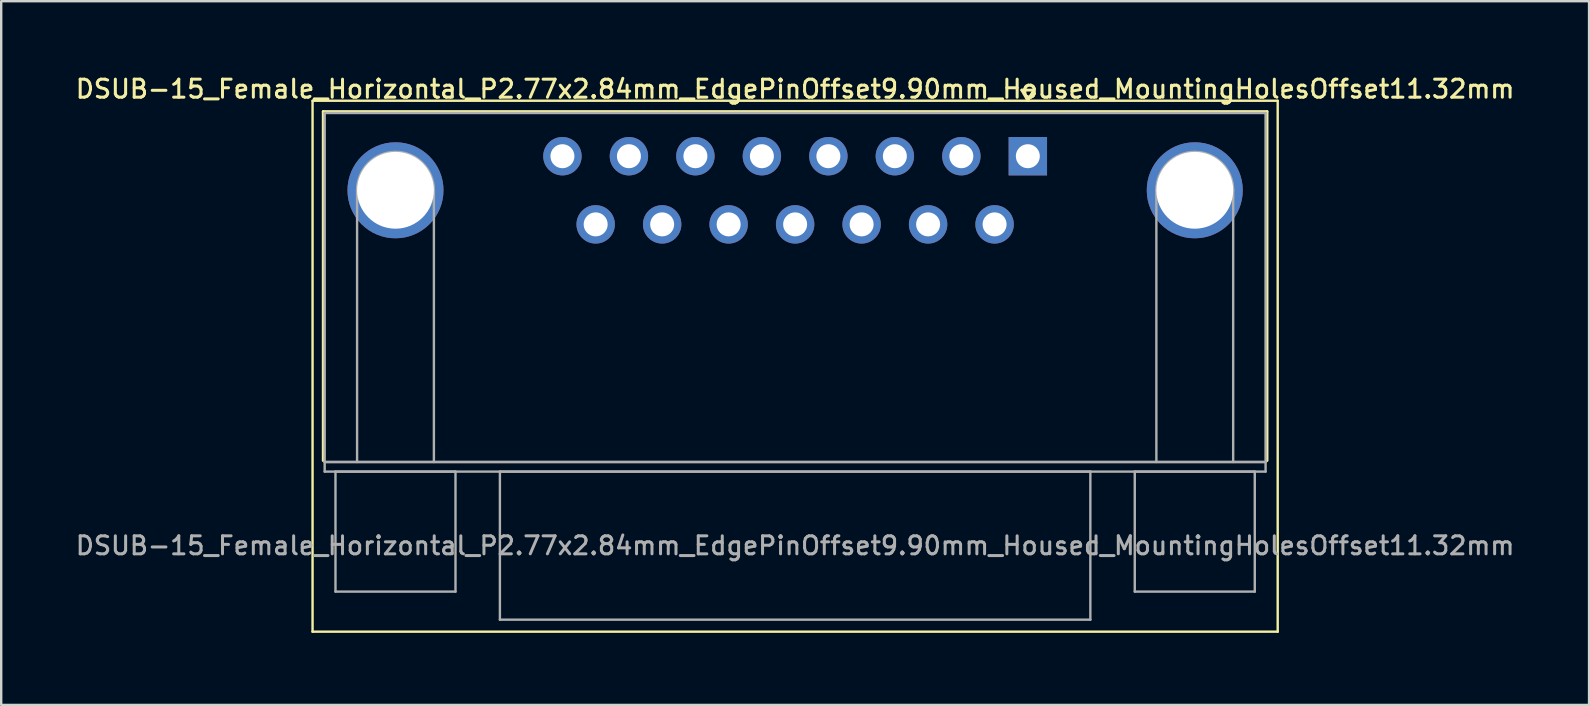
<source format=kicad_pcb>
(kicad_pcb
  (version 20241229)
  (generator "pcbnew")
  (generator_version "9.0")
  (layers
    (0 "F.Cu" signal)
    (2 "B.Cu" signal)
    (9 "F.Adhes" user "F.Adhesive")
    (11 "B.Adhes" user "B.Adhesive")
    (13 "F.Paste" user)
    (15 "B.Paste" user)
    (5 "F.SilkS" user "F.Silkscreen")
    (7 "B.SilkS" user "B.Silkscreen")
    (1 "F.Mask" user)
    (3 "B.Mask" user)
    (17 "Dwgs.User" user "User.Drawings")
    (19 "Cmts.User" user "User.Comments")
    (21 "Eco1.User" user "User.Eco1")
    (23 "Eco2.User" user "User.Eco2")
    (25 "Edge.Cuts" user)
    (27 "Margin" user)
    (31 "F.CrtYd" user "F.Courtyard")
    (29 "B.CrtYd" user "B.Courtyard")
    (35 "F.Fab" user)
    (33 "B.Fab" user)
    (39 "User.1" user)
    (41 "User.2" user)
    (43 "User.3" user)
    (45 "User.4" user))
  (footprint "DSUB-15_Female_Horizontal_P2.77x2.84mm_EdgePinOffset9.90mm_Housed_MountingHolesOffset11.32mm"
    (layer "F.Cu")
    (at 39.772 3.458)
    (property "Reference" "DSUB-15_Female_Horizontal_P2.77x2.84mm_EdgePinOffset9.90mm_Housed_MountingHolesOffset11.32mm" (at -9.695 -2.8 0) (layer "F.SilkS") (effects (font (size 0.75 0.75) (thickness 0.125))))
    (attr through_hole)
    (fp_line (start -29.8 -2.31) (end -29.8 19.81) (stroke (width 0.1) (type solid)) (layer "F.SilkS"))
    (fp_line (start -29.8 19.81) (end 10.41 19.81) (stroke (width 0.1) (type solid)) (layer "F.SilkS"))
    (fp_line (start -29.355 -1.86) (end 9.965 -1.86) (stroke (width 0.12) (type solid)) (layer "F.SilkS"))
    (fp_line (start -29.355 12.68) (end -29.355 -1.86) (stroke (width 0.12) (type solid)) (layer "F.SilkS"))
    (fp_line (start -0.25 -2.754) (end 0.25 -2.754) (stroke (width 0.12) (type solid)) (layer "F.SilkS"))
    (fp_line (start 0 -2.321) (end -0.25 -2.754) (stroke (width 0.12) (type solid)) (layer "F.SilkS"))
    (fp_line (start 0.25 -2.754) (end 0 -2.321) (stroke (width 0.12) (type solid)) (layer "F.SilkS"))
    (fp_line (start 9.965 -1.86) (end 9.965 12.68) (stroke (width 0.12) (type solid)) (layer "F.SilkS"))
    (fp_line (start 10.41 -2.31) (end -29.8 -2.31) (stroke (width 0.1) (type solid)) (layer "F.SilkS"))
    (fp_line (start 10.41 19.81) (end 10.41 -2.31) (stroke (width 0.1) (type solid)) (layer "F.SilkS"))
    (fp_line (start -29.295 -1.8) (end -29.295 12.74) (stroke (width 0.1) (type solid)) (layer "F.Fab"))
    (fp_line (start -29.295 12.74) (end -29.295 13.14) (stroke (width 0.1) (type solid)) (layer "F.Fab"))
    (fp_line (start -29.295 12.74) (end 9.905 12.74) (stroke (width 0.1) (type solid)) (layer "F.Fab"))
    (fp_line (start -29.295 13.14) (end 9.905 13.14) (stroke (width 0.1) (type solid)) (layer "F.Fab"))
    (fp_line (start -28.845 13.14) (end -28.845 18.14) (stroke (width 0.1) (type solid)) (layer "F.Fab"))
    (fp_line (start -28.845 18.14) (end -23.845 18.14) (stroke (width 0.1) (type solid)) (layer "F.Fab"))
    (fp_line (start -27.945 12.74) (end -27.945 1.42) (stroke (width 0.1) (type solid)) (layer "F.Fab"))
    (fp_line (start -24.745 12.74) (end -24.745 1.42) (stroke (width 0.1) (type solid)) (layer "F.Fab"))
    (fp_line (start -23.845 13.14) (end -28.845 13.14) (stroke (width 0.1) (type solid)) (layer "F.Fab"))
    (fp_line (start -23.845 18.14) (end -23.845 13.14) (stroke (width 0.1) (type solid)) (layer "F.Fab"))
    (fp_line (start -21.995 13.14) (end -21.995 19.31) (stroke (width 0.1) (type solid)) (layer "F.Fab"))
    (fp_line (start -21.995 19.31) (end 2.605 19.31) (stroke (width 0.1) (type solid)) (layer "F.Fab"))
    (fp_line (start 2.605 13.14) (end -21.995 13.14) (stroke (width 0.1) (type solid)) (layer "F.Fab"))
    (fp_line (start 2.605 19.31) (end 2.605 13.14) (stroke (width 0.1) (type solid)) (layer "F.Fab"))
    (fp_line (start 4.455 13.14) (end 4.455 18.14) (stroke (width 0.1) (type solid)) (layer "F.Fab"))
    (fp_line (start 4.455 18.14) (end 9.455 18.14) (stroke (width 0.1) (type solid)) (layer "F.Fab"))
    (fp_line (start 5.355 12.74) (end 5.355 1.42) (stroke (width 0.1) (type solid)) (layer "F.Fab"))
    (fp_line (start 8.555 12.74) (end 8.555 1.42) (stroke (width 0.1) (type solid)) (layer "F.Fab"))
    (fp_line (start 9.455 13.14) (end 4.455 13.14) (stroke (width 0.1) (type solid)) (layer "F.Fab"))
    (fp_line (start 9.455 18.14) (end 9.455 13.14) (stroke (width 0.1) (type solid)) (layer "F.Fab"))
    (fp_line (start 9.905 -1.8) (end -29.295 -1.8) (stroke (width 0.1) (type solid)) (layer "F.Fab"))
    (fp_line (start 9.905 12.74) (end -29.295 12.74) (stroke (width 0.1) (type solid)) (layer "F.Fab"))
    (fp_line (start 9.905 12.74) (end 9.905 -1.8) (stroke (width 0.1) (type solid)) (layer "F.Fab"))
    (fp_line (start 9.905 13.14) (end 9.905 12.74) (stroke (width 0.1) (type solid)) (layer "F.Fab"))
    (fp_arc (start -27.945 1.42) (mid -26.345 -0.18) (end -24.745 1.42) (stroke (width 0.1) (type solid)) (layer "F.Fab"))
    (fp_arc (start 5.355 1.42) (mid 6.955 -0.18) (end 8.555 1.42) (stroke (width 0.1) (type solid)) (layer "F.Fab"))
    (fp_text user "${REFERENCE}" (at -9.695 16.225 0) (layer "F.Fab") (effects (font (size 0.75 0.75) (thickness 0.125))))
    (pad "0" thru_hole circle (at -26.345 1.42) (size 4 4) (drill 3.2) (layers "*.Cu" "*.Mask"))
    (pad "0" thru_hole circle (at 6.955 1.42) (size 4 4) (drill 3.2) (layers "*.Cu" "*.Mask"))
    (pad "1" thru_hole rect (at 0 0) (size 1.6 1.6) (drill 1) (layers "*.Cu" "*.Mask"))
    (pad "2" thru_hole circle (at -2.77 0) (size 1.6 1.6) (drill 1) (layers "*.Cu" "*.Mask"))
    (pad "3" thru_hole circle (at -5.54 0) (size 1.6 1.6) (drill 1) (layers "*.Cu" "*.Mask"))
    (pad "4" thru_hole circle (at -8.31 0) (size 1.6 1.6) (drill 1) (layers "*.Cu" "*.Mask"))
    (pad "5" thru_hole circle (at -11.08 0) (size 1.6 1.6) (drill 1) (layers "*.Cu" "*.Mask"))
    (pad "6" thru_hole circle (at -13.85 0) (size 1.6 1.6) (drill 1) (layers "*.Cu" "*.Mask"))
    (pad "7" thru_hole circle (at -16.62 0) (size 1.6 1.6) (drill 1) (layers "*.Cu" "*.Mask"))
    (pad "8" thru_hole circle (at -19.39 0) (size 1.6 1.6) (drill 1) (layers "*.Cu" "*.Mask"))
    (pad "9" thru_hole circle (at -1.385 2.84) (size 1.6 1.6) (drill 1) (layers "*.Cu" "*.Mask"))
    (pad "10" thru_hole circle (at -4.155 2.84) (size 1.6 1.6) (drill 1) (layers "*.Cu" "*.Mask"))
    (pad "11" thru_hole circle (at -6.925 2.84) (size 1.6 1.6) (drill 1) (layers "*.Cu" "*.Mask"))
    (pad "12" thru_hole circle (at -9.695 2.84) (size 1.6 1.6) (drill 1) (layers "*.Cu" "*.Mask"))
    (pad "13" thru_hole circle (at -12.465 2.84) (size 1.6 1.6) (drill 1) (layers "*.Cu" "*.Mask"))
    (pad "14" thru_hole circle (at -15.235 2.84) (size 1.6 1.6) (drill 1) (layers "*.Cu" "*.Mask"))
    (pad "15" thru_hole circle (at -18.005 2.84) (size 1.6 1.6) (drill 1) (layers "*.Cu" "*.Mask")))
  (gr_rect
    (start -3 -3)
    (end 63.154 26.318)
    (stroke (width 0.1) (type default))
    (fill no)
    (layer "Edge.Cuts")))
</source>
